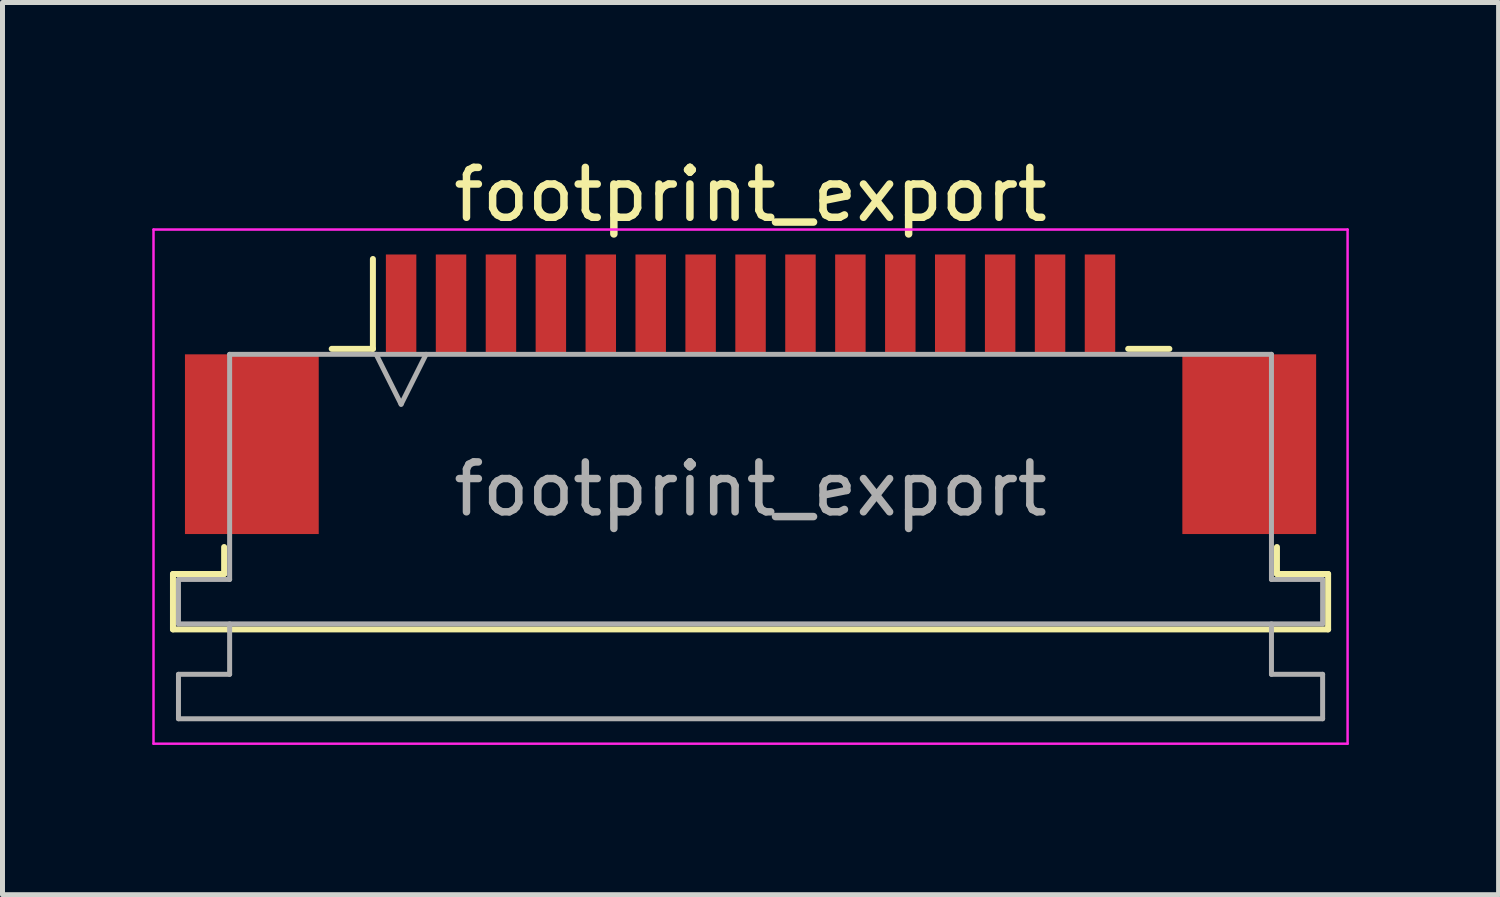
<source format=kicad_pcb>
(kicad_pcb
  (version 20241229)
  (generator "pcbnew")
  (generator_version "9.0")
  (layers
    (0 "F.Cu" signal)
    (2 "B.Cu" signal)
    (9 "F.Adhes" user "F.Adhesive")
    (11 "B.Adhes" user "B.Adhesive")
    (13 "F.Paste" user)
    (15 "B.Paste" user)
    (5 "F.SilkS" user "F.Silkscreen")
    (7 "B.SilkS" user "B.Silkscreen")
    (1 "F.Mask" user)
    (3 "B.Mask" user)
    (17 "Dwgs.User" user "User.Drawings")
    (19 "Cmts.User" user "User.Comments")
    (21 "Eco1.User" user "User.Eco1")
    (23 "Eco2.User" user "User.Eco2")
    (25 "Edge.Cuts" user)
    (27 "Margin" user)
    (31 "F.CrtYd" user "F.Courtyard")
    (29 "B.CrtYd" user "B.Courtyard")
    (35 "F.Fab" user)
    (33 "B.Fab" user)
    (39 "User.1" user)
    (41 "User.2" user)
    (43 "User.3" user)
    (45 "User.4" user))
  (footprint "footprint_export"
    (layer "F.Cu")
    (at 11.985 4.848)
    (property "Reference" "footprint_export" (at 0 -4 0) (layer "F.SilkS") (effects (font (size 1 1) (thickness 0.15))))
    (attr smd)
    (fp_line (start -11.57 3.6) (end -10.545 3.6) (stroke (width 0.12) (type solid)) (layer "F.SilkS"))
    (fp_line (start -11.57 4.71) (end -11.57 3.6) (stroke (width 0.12) (type solid)) (layer "F.SilkS"))
    (fp_line (start -10.545 3.6) (end -10.545 3.06) (stroke (width 0.12) (type solid)) (layer "F.SilkS"))
    (fp_line (start -8.39 -0.91) (end -7.565 -0.91) (stroke (width 0.12) (type solid)) (layer "F.SilkS"))
    (fp_line (start -7.565 -0.91) (end -7.565 -2.71) (stroke (width 0.12) (type solid)) (layer "F.SilkS"))
    (fp_line (start 7.565 -0.91) (end 8.39 -0.91) (stroke (width 0.12) (type solid)) (layer "F.SilkS"))
    (fp_line (start 10.545 3.06) (end 10.545 3.6) (stroke (width 0.12) (type solid)) (layer "F.SilkS"))
    (fp_line (start 10.545 3.6) (end 11.57 3.6) (stroke (width 0.12) (type solid)) (layer "F.SilkS"))
    (fp_line (start 11.57 3.6) (end 11.57 4.71) (stroke (width 0.12) (type solid)) (layer "F.SilkS"))
    (fp_line (start 11.57 4.71) (end -11.57 4.71) (stroke (width 0.12) (type solid)) (layer "F.SilkS"))
    (fp_line (start -11.96 -3.3) (end -11.96 7) (stroke (width 0.05) (type solid)) (layer "F.CrtYd"))
    (fp_line (start -11.96 7) (end 11.96 7) (stroke (width 0.05) (type solid)) (layer "F.CrtYd"))
    (fp_line (start 11.96 -3.3) (end -11.96 -3.3) (stroke (width 0.05) (type solid)) (layer "F.CrtYd"))
    (fp_line (start 11.96 7) (end 11.96 -3.3) (stroke (width 0.05) (type solid)) (layer "F.CrtYd"))
    (fp_line (start -11.46 3.71) (end -10.435 3.71) (stroke (width 0.1) (type solid)) (layer "F.Fab"))
    (fp_line (start -11.46 4.6) (end -11.46 3.71) (stroke (width 0.1) (type solid)) (layer "F.Fab"))
    (fp_line (start -11.46 5.61) (end -10.435 5.61) (stroke (width 0.1) (type solid)) (layer "F.Fab"))
    (fp_line (start -11.46 6.5) (end -11.46 5.61) (stroke (width 0.1) (type solid)) (layer "F.Fab"))
    (fp_line (start -10.435 -0.8) (end 10.435 -0.8) (stroke (width 0.1) (type solid)) (layer "F.Fab"))
    (fp_line (start -10.435 3.71) (end -10.435 -0.8) (stroke (width 0.1) (type solid)) (layer "F.Fab"))
    (fp_line (start -10.435 5.61) (end -10.435 4.6) (stroke (width 0.1) (type solid)) (layer "F.Fab"))
    (fp_line (start -7.5 -0.8) (end -7 0.2) (stroke (width 0.1) (type solid)) (layer "F.Fab"))
    (fp_line (start -7 0.2) (end -6.5 -0.8) (stroke (width 0.1) (type solid)) (layer "F.Fab"))
    (fp_line (start 10.435 -0.8) (end 10.435 3.71) (stroke (width 0.1) (type solid)) (layer "F.Fab"))
    (fp_line (start 10.435 3.71) (end 11.46 3.71) (stroke (width 0.1) (type solid)) (layer "F.Fab"))
    (fp_line (start 10.435 4.6) (end 10.435 5.61) (stroke (width 0.1) (type solid)) (layer "F.Fab"))
    (fp_line (start 10.435 5.61) (end 11.46 5.61) (stroke (width 0.1) (type solid)) (layer "F.Fab"))
    (fp_line (start 11.46 3.71) (end 11.46 4.6) (stroke (width 0.1) (type solid)) (layer "F.Fab"))
    (fp_line (start 11.46 4.6) (end -11.46 4.6) (stroke (width 0.1) (type solid)) (layer "F.Fab"))
    (fp_line (start 11.46 5.61) (end 11.46 6.5) (stroke (width 0.1) (type solid)) (layer "F.Fab"))
    (fp_line (start 11.46 6.5) (end -11.46 6.5) (stroke (width 0.1) (type solid)) (layer "F.Fab"))
    (fp_text user "${REFERENCE}" (at 0 1.9 0) (layer "F.Fab") (effects (font (size 1 1) (thickness 0.15))))
    (pad "1" smd rect (at -7 -1.8) (size 0.61 2) (layers "F.Cu" "F.Mask" "F.Paste"))
    (pad "2" smd rect (at -6 -1.8) (size 0.61 2) (layers "F.Cu" "F.Mask" "F.Paste"))
    (pad "3" smd rect (at -5 -1.8) (size 0.61 2) (layers "F.Cu" "F.Mask" "F.Paste"))
    (pad "4" smd rect (at -4 -1.8) (size 0.61 2) (layers "F.Cu" "F.Mask" "F.Paste"))
    (pad "5" smd rect (at -3 -1.8) (size 0.61 2) (layers "F.Cu" "F.Mask" "F.Paste"))
    (pad "6" smd rect (at -2 -1.8) (size 0.61 2) (layers "F.Cu" "F.Mask" "F.Paste"))
    (pad "7" smd rect (at -1 -1.8) (size 0.61 2) (layers "F.Cu" "F.Mask" "F.Paste"))
    (pad "8" smd rect (at 0 -1.8) (size 0.61 2) (layers "F.Cu" "F.Mask" "F.Paste"))
    (pad "9" smd rect (at 1 -1.8) (size 0.61 2) (layers "F.Cu" "F.Mask" "F.Paste"))
    (pad "10" smd rect (at 2 -1.8) (size 0.61 2) (layers "F.Cu" "F.Mask" "F.Paste"))
    (pad "11" smd rect (at 3 -1.8) (size 0.61 2) (layers "F.Cu" "F.Mask" "F.Paste"))
    (pad "12" smd rect (at 4 -1.8) (size 0.61 2) (layers "F.Cu" "F.Mask" "F.Paste"))
    (pad "13" smd rect (at 5 -1.8) (size 0.61 2) (layers "F.Cu" "F.Mask" "F.Paste"))
    (pad "14" smd rect (at 6 -1.8) (size 0.61 2) (layers "F.Cu" "F.Mask" "F.Paste"))
    (pad "15" smd rect (at 7 -1.8) (size 0.61 2) (layers "F.Cu" "F.Mask" "F.Paste"))
    (pad "MP" smd rect (at -9.99 1) (size 2.68 3.6) (layers "F.Cu" "F.Mask" "F.Paste"))
    (pad "MP" smd rect (at 9.99 1) (size 2.68 3.6) (layers "F.Cu" "F.Mask" "F.Paste")))
  (gr_rect
    (start -3 -3)
    (end 26.97 14.873)
    (stroke (width 0.1) (type default))
    (fill no)
    (layer "Edge.Cuts")))
</source>
